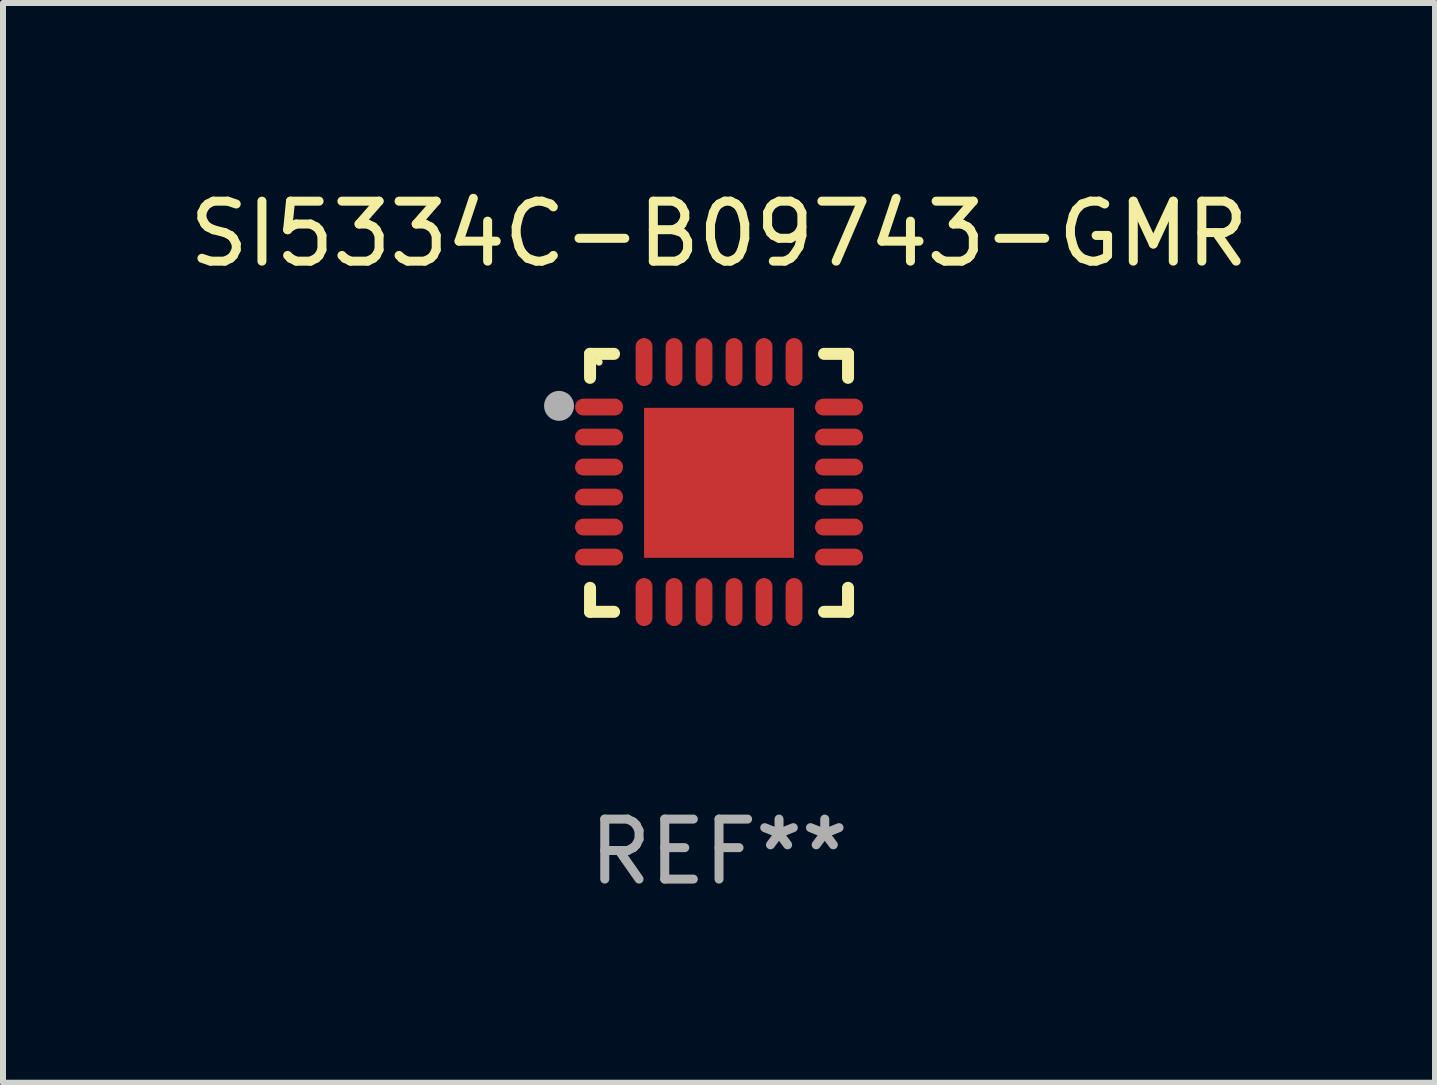
<source format=kicad_pcb>
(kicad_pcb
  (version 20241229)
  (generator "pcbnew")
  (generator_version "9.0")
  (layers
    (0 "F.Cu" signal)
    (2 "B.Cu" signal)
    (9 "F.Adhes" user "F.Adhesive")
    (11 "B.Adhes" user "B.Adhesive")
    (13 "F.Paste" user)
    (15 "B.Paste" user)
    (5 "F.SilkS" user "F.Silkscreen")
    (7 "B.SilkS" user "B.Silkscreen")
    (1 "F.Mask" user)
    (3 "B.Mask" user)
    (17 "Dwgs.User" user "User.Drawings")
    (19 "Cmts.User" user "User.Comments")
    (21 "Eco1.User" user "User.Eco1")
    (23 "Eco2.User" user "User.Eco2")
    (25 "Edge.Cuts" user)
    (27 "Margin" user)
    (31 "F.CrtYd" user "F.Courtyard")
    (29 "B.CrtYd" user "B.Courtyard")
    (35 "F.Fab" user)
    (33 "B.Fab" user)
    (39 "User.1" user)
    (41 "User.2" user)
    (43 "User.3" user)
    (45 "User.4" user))
  (footprint "SI5334C-B09743-GMR"
    (layer "F.Cu")
    (at 8.935 4.998)
    (property "Reference" "SI5334C-B09743-GMR" (at 0 -4.15 0) (layer "F.SilkS") (effects (font (size 1 1) (thickness 0.15))))
    (attr through_hole)
    (fp_line (start -2.15 -2.15) (end -1.75 -2.15) (stroke (width 0.2) (type solid)) (layer "F.SilkS"))
    (fp_line (start -2.15 -1.75) (end -2.15 -2.15) (stroke (width 0.2) (type solid)) (layer "F.SilkS"))
    (fp_line (start -2.15 2.15) (end -2.15 1.75) (stroke (width 0.2) (type solid)) (layer "F.SilkS"))
    (fp_line (start -1.75 2.15) (end -2.15 2.15) (stroke (width 0.2) (type solid)) (layer "F.SilkS"))
    (fp_line (start 1.75 -2.15) (end 2.15 -2.15) (stroke (width 0.2) (type solid)) (layer "F.SilkS"))
    (fp_line (start 1.75 2.15) (end 2.15 2.15) (stroke (width 0.2) (type solid)) (layer "F.SilkS"))
    (fp_line (start 2.15 -2.15) (end 2.15 -1.75) (stroke (width 0.2) (type solid)) (layer "F.SilkS"))
    (fp_line (start 2.15 2.15) (end 2.15 1.75) (stroke (width 0.2) (type solid)) (layer "F.SilkS"))
    (fp_circle (center -2 -2.013) (end -1.97 -2.013) (stroke (width 0.06) (type solid)) (fill no) (layer "F.SilkS"))
    (fp_circle (center -2.667 -1.283) (end -2.542 -1.283) (stroke (width 0.25) (type solid)) (fill no) (layer "F.Fab"))
    (fp_text user "REF**" (at 0 6.15 0) (layer "F.Fab") (effects (font (size 1 1) (thickness 0.15))))
    (pad "1" smd oval (at -2 -1.263) (size 0.8 0.28) (layers "F.Cu" "F.Mask" "F.Paste"))
    (pad "2" smd oval (at -2 -0.763) (size 0.8 0.28) (layers "F.Cu" "F.Mask" "F.Paste"))
    (pad "3" smd oval (at -2 -0.263) (size 0.8 0.28) (layers "F.Cu" "F.Mask" "F.Paste"))
    (pad "4" smd oval (at -2 0.237) (size 0.8 0.28) (layers "F.Cu" "F.Mask" "F.Paste"))
    (pad "5" smd oval (at -2 0.737) (size 0.8 0.28) (layers "F.Cu" "F.Mask" "F.Paste"))
    (pad "6" smd oval (at -2 1.237) (size 0.8 0.28) (layers "F.Cu" "F.Mask" "F.Paste"))
    (pad "7" smd oval (at -1.25 1.987) (size 0.28 0.8) (layers "F.Cu" "F.Mask" "F.Paste"))
    (pad "8" smd oval (at -0.75 1.987) (size 0.28 0.8) (layers "F.Cu" "F.Mask" "F.Paste"))
    (pad "9" smd oval (at -0.25 1.987) (size 0.28 0.8) (layers "F.Cu" "F.Mask" "F.Paste"))
    (pad "10" smd oval (at 0.25 1.987) (size 0.28 0.8) (layers "F.Cu" "F.Mask" "F.Paste"))
    (pad "11" smd oval (at 0.75 1.987) (size 0.28 0.8) (layers "F.Cu" "F.Mask" "F.Paste"))
    (pad "12" smd oval (at 1.25 1.987) (size 0.28 0.8) (layers "F.Cu" "F.Mask" "F.Paste"))
    (pad "13" smd oval (at 2 1.237) (size 0.8 0.28) (layers "F.Cu" "F.Mask" "F.Paste"))
    (pad "14" smd oval (at 2 0.737) (size 0.8 0.28) (layers "F.Cu" "F.Mask" "F.Paste"))
    (pad "15" smd oval (at 2 0.237) (size 0.8 0.28) (layers "F.Cu" "F.Mask" "F.Paste"))
    (pad "16" smd oval (at 2 -0.263) (size 0.8 0.28) (layers "F.Cu" "F.Mask" "F.Paste"))
    (pad "17" smd oval (at 2 -0.763) (size 0.8 0.28) (layers "F.Cu" "F.Mask" "F.Paste"))
    (pad "18" smd oval (at 2 -1.263) (size 0.8 0.28) (layers "F.Cu" "F.Mask" "F.Paste"))
    (pad "19" smd oval (at 1.25 -2.013) (size 0.28 0.8) (layers "F.Cu" "F.Mask" "F.Paste"))
    (pad "20" smd oval (at 0.75 -2.013) (size 0.28 0.8) (layers "F.Cu" "F.Mask" "F.Paste"))
    (pad "21" smd oval (at 0.25 -2.013) (size 0.28 0.8) (layers "F.Cu" "F.Mask" "F.Paste"))
    (pad "22" smd oval (at -0.25 -2.013) (size 0.28 0.8) (layers "F.Cu" "F.Mask" "F.Paste"))
    (pad "23" smd oval (at -0.75 -2.013) (size 0.28 0.8) (layers "F.Cu" "F.Mask" "F.Paste"))
    (pad "24" smd oval (at -1.25 -2.013) (size 0.28 0.8) (layers "F.Cu" "F.Mask" "F.Paste"))
    (pad "25" smd rect (at -0.000127 -0.00014) (size 2.5 2.5) (layers "F.Cu" "F.Mask" "F.Paste")))
  (gr_rect
    (start -3 -3)
    (end 20.869 14.997)
    (stroke (width 0.1) (type default))
    (fill no)
    (layer "Edge.Cuts")))
</source>
